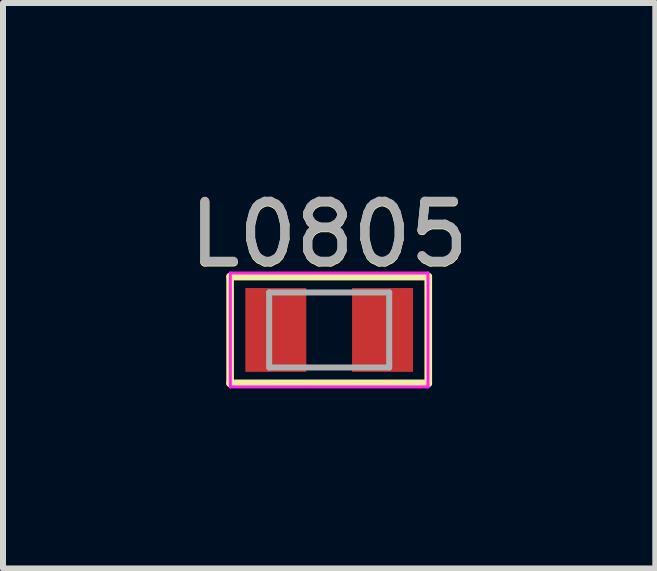
<source format=kicad_pcb>
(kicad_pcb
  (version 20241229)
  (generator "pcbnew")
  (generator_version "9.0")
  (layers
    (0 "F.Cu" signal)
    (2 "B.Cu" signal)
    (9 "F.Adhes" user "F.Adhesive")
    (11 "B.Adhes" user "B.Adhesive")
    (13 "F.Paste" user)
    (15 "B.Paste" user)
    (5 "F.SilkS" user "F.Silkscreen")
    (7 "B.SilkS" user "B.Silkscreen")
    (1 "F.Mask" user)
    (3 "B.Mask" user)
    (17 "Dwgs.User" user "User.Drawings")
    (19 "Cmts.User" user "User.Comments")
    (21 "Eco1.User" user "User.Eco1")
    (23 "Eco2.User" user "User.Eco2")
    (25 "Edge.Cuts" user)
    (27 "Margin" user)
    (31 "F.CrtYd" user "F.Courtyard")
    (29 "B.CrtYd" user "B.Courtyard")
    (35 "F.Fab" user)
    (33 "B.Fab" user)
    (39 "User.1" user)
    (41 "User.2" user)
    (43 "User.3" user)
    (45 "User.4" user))
  (footprint "L0805"
    (layer "F.Cu")
    (at 2.435 2.448)
    (property "Reference" "L0805" (at 0 -1.587 0) (layer "F.SilkS") (effects (font (size 1 1) (thickness 0.15))))
    (attr smd)
    (fp_line (start -1.651 -0.889) (end 1.651 -0.889) (stroke (width 0.127) (type solid)) (layer "F.SilkS"))
    (fp_line (start -1.651 0.889) (end -1.651 -0.889) (stroke (width 0.127) (type solid)) (layer "F.SilkS"))
    (fp_line (start 1.651 -0.889) (end 1.651 0.889) (stroke (width 0.127) (type solid)) (layer "F.SilkS"))
    (fp_line (start 1.651 0.889) (end -1.651 0.889) (stroke (width 0.127) (type solid)) (layer "F.SilkS"))
    (fp_line (start -1.647 -0.949) (end 1.647 -0.949) (stroke (width 0.05) (type solid)) (layer "F.CrtYd"))
    (fp_line (start -1.647 0.949) (end -1.647 -0.949) (stroke (width 0.05) (type solid)) (layer "F.CrtYd"))
    (fp_line (start 1.647 -0.949) (end 1.647 0.949) (stroke (width 0.05) (type solid)) (layer "F.CrtYd"))
    (fp_line (start 1.647 0.949) (end -1.647 0.949) (stroke (width 0.05) (type solid)) (layer "F.CrtYd"))
    (fp_line (start -1 -0.625) (end -1 0.625) (stroke (width 0.1) (type solid)) (layer "F.Fab"))
    (fp_line (start -1 -0.625) (end 1 -0.625) (stroke (width 0.1) (type solid)) (layer "F.Fab"))
    (fp_line (start -1 0.625) (end 1 0.625) (stroke (width 0.1) (type solid)) (layer "F.Fab"))
    (fp_line (start 1 -0.625) (end 1 0.625) (stroke (width 0.1) (type solid)) (layer "F.Fab"))
    (fp_text user "${REFERENCE}" (at 0 -1.6 0) (layer "F.Fab") (effects (font (size 1 1) (thickness 0.15))))
    (pad "1" smd rect (at -0.889 0) (size 1.016 1.397) (layers "F.Cu" "F.Mask" "F.Paste"))
    (pad "2" smd rect (at 0.889 0) (size 1.016 1.397) (layers "F.Cu" "F.Mask" "F.Paste")))
  (gr_rect
    (start -3 -3)
    (end 7.869 6.422)
    (stroke (width 0.1) (type default))
    (fill no)
    (layer "Edge.Cuts")))
</source>
